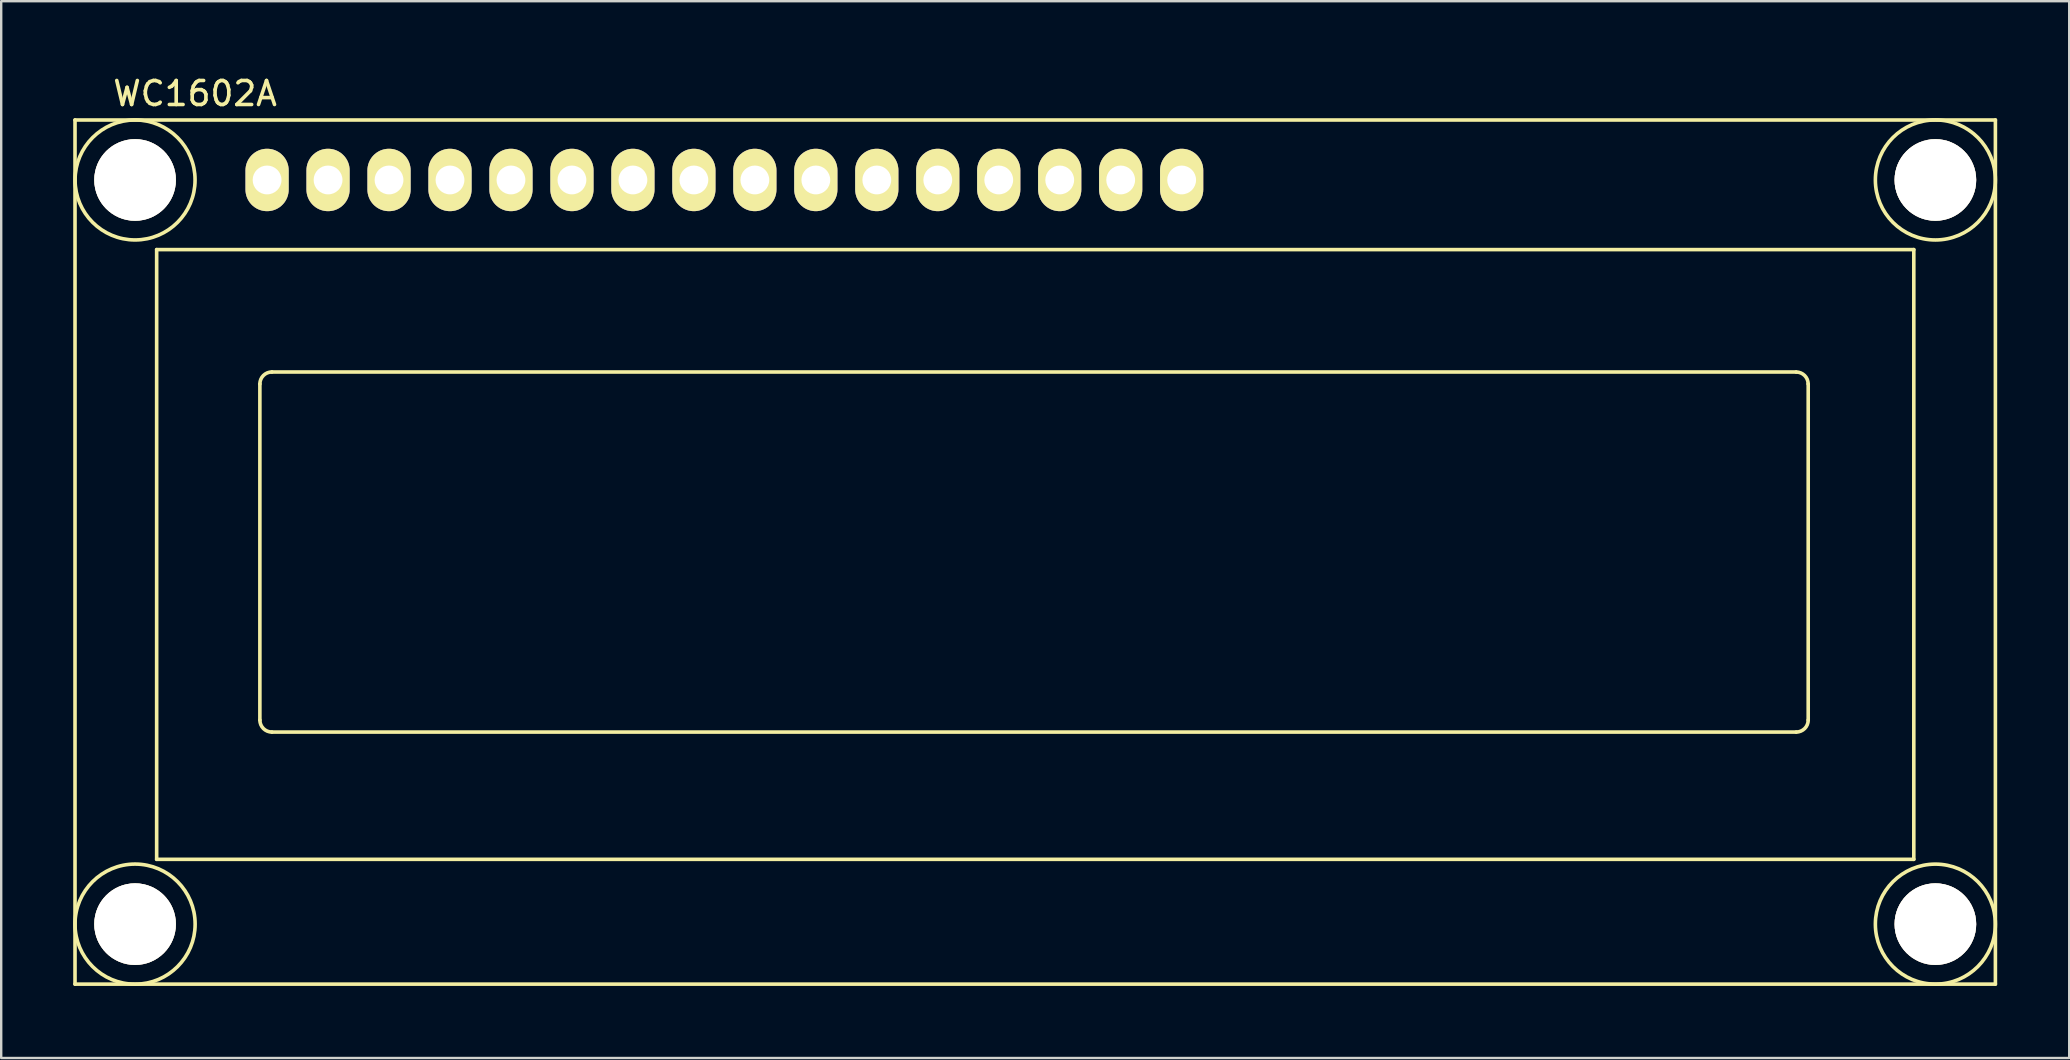
<source format=kicad_pcb>
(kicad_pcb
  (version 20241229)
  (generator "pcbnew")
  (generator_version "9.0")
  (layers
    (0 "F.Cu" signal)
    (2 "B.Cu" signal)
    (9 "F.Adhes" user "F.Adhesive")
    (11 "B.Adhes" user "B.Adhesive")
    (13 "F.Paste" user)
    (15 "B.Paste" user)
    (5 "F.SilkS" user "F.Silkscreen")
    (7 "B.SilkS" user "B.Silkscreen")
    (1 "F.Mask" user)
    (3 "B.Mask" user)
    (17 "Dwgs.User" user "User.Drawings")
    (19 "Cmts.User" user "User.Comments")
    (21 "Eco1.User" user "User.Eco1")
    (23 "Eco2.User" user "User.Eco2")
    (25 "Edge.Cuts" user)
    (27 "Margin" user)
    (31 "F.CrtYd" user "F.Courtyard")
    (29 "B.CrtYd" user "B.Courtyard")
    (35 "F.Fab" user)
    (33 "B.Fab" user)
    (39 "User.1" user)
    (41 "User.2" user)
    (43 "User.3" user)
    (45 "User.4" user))
  (footprint "WC1602A"
    (layer "F.Cu")
    (at 8.076 4.447)
    (property "Reference" "WC1602A" (at -3 -3.599 0) (layer "F.SilkS") (effects (font (size 1 1) (thickness 0.15))))
    (attr through_hole)
    (fp_line (start -8.001 -2.499) (end 71.999 -2.499) (stroke (width 0.15) (type solid)) (layer "F.SilkS"))
    (fp_line (start -8.001 33.5) (end -8.001 -2.499) (stroke (width 0.15) (type solid)) (layer "F.SilkS"))
    (fp_line (start -4.6 2.901) (end 68.6 2.901) (stroke (width 0.15) (type solid)) (layer "F.SilkS"))
    (fp_line (start -4.6 28.301) (end -4.6 2.901) (stroke (width 0.15) (type solid)) (layer "F.SilkS"))
    (fp_line (start -0.3 22.499) (end -0.3 8.499) (stroke (width 0.15) (type solid)) (layer "F.SilkS"))
    (fp_line (start 0.201 8.001) (end 63.701 8.001) (stroke (width 0.15) (type solid)) (layer "F.SilkS"))
    (fp_line (start 63.701 23) (end 0.201 23) (stroke (width 0.15) (type solid)) (layer "F.SilkS"))
    (fp_line (start 64.201 8.499) (end 64.201 22.499) (stroke (width 0.15) (type solid)) (layer "F.SilkS"))
    (fp_line (start 68.6 2.901) (end 68.6 28.301) (stroke (width 0.15) (type solid)) (layer "F.SilkS"))
    (fp_line (start 68.6 28.301) (end -4.6 28.301) (stroke (width 0.15) (type solid)) (layer "F.SilkS"))
    (fp_line (start 71.999 -2.499) (end 71.999 33.5) (stroke (width 0.15) (type solid)) (layer "F.SilkS"))
    (fp_line (start 71.999 33.5) (end -8.001 33.5) (stroke (width 0.15) (type solid)) (layer "F.SilkS"))
    (fp_arc (start -0.29972 8.49884) (mid -0.153162 8.145018) (end 0.20066 7.99846) (stroke (width 0.15) (type solid)) (layer "F.SilkS"))
    (fp_arc (start 0.20066 22.9997) (mid -0.153162 22.853142) (end -0.29972 22.49932) (stroke (width 0.15) (type solid)) (layer "F.SilkS"))
    (fp_arc (start 63.70066 8.001) (mid 64.052686 8.146814) (end 64.1985 8.49884) (stroke (width 0.15) (type solid)) (layer "F.SilkS"))
    (fp_arc (start 64.20104 22.49932) (mid 64.054482 22.853142) (end 63.70066 22.9997) (stroke (width 0.15) (type solid)) (layer "F.SilkS"))
    (fp_circle (center -5.499 0) (end -3 0) (stroke (width 0.15) (type solid)) (fill no) (layer "F.SilkS"))
    (fp_circle (center -5.499 31.001) (end -8.001 31.001) (stroke (width 0.15) (type solid)) (fill no) (layer "F.SilkS"))
    (fp_circle (center 69.499 0) (end 71.999 0) (stroke (width 0.15) (type solid)) (fill no) (layer "F.SilkS"))
    (fp_circle (center 69.499 31.001) (end 71.999 31.001) (stroke (width 0.15) (type solid)) (fill no) (layer "F.SilkS"))
    (pad "0" thru_hole circle (at -5.499 0) (size 3.4 3.4) (drill 3.4) (layers "*.Cu" "*.Mask" "F.SilkS"))
    (pad "0" thru_hole circle (at -5.499 31.001) (size 3.4 3.4) (drill 3.4) (layers "*.Cu" "*.Mask" "F.SilkS"))
    (pad "0" thru_hole circle (at 69.499 0) (size 3.4 3.4) (drill 3.4) (layers "*.Cu" "*.Mask" "F.SilkS"))
    (pad "0" thru_hole circle (at 69.499 31.001) (size 3.4 3.4) (drill 3.4) (layers "*.Cu" "*.Mask" "F.SilkS"))
    (pad "1" thru_hole oval (at 0 0) (size 1.8 2.6) (drill 1.2) (layers "*.Cu" "*.Mask" "F.SilkS"))
    (pad "2" thru_hole oval (at 2.54 0) (size 1.8 2.6) (drill 1.2) (layers "*.Cu" "*.Mask" "F.SilkS"))
    (pad "3" thru_hole oval (at 5.08 0) (size 1.8 2.6) (drill 1.2) (layers "*.Cu" "*.Mask" "F.SilkS"))
    (pad "4" thru_hole oval (at 7.62 0) (size 1.8 2.6) (drill 1.2) (layers "*.Cu" "*.Mask" "F.SilkS"))
    (pad "5" thru_hole oval (at 10.16 0) (size 1.8 2.6) (drill 1.2) (layers "*.Cu" "*.Mask" "F.SilkS"))
    (pad "6" thru_hole oval (at 12.7 0) (size 1.8 2.6) (drill 1.2) (layers "*.Cu" "*.Mask" "F.SilkS"))
    (pad "7" thru_hole oval (at 15.24 0) (size 1.8 2.6) (drill 1.2) (layers "*.Cu" "*.Mask" "F.SilkS"))
    (pad "8" thru_hole oval (at 17.78 0) (size 1.8 2.6) (drill 1.2) (layers "*.Cu" "*.Mask" "F.SilkS"))
    (pad "9" thru_hole oval (at 20.32 0) (size 1.8 2.6) (drill 1.2) (layers "*.Cu" "*.Mask" "F.SilkS"))
    (pad "10" thru_hole oval (at 22.86 0) (size 1.8 2.6) (drill 1.2) (layers "*.Cu" "*.Mask" "F.SilkS"))
    (pad "11" thru_hole oval (at 25.4 0) (size 1.8 2.6) (drill 1.2) (layers "*.Cu" "*.Mask" "F.SilkS"))
    (pad "12" thru_hole oval (at 27.94 0) (size 1.8 2.6) (drill 1.2) (layers "*.Cu" "*.Mask" "F.SilkS"))
    (pad "13" thru_hole oval (at 30.48 0) (size 1.8 2.6) (drill 1.2) (layers "*.Cu" "*.Mask" "F.SilkS"))
    (pad "14" thru_hole oval (at 33.02 0) (size 1.8 2.6) (drill 1.2) (layers "*.Cu" "*.Mask" "F.SilkS"))
    (pad "15" thru_hole oval (at 35.56 0) (size 1.8 2.6) (drill 1.2) (layers "*.Cu" "*.Mask" "F.SilkS"))
    (pad "16" thru_hole oval (at 38.1 0) (size 1.8 2.6) (drill 1.2) (layers "*.Cu" "*.Mask" "F.SilkS")))
  (gr_rect
    (start -3 -3)
    (end 83.15 41.025)
    (stroke (width 0.1) (type default))
    (fill no)
    (layer "Edge.Cuts")))
</source>
